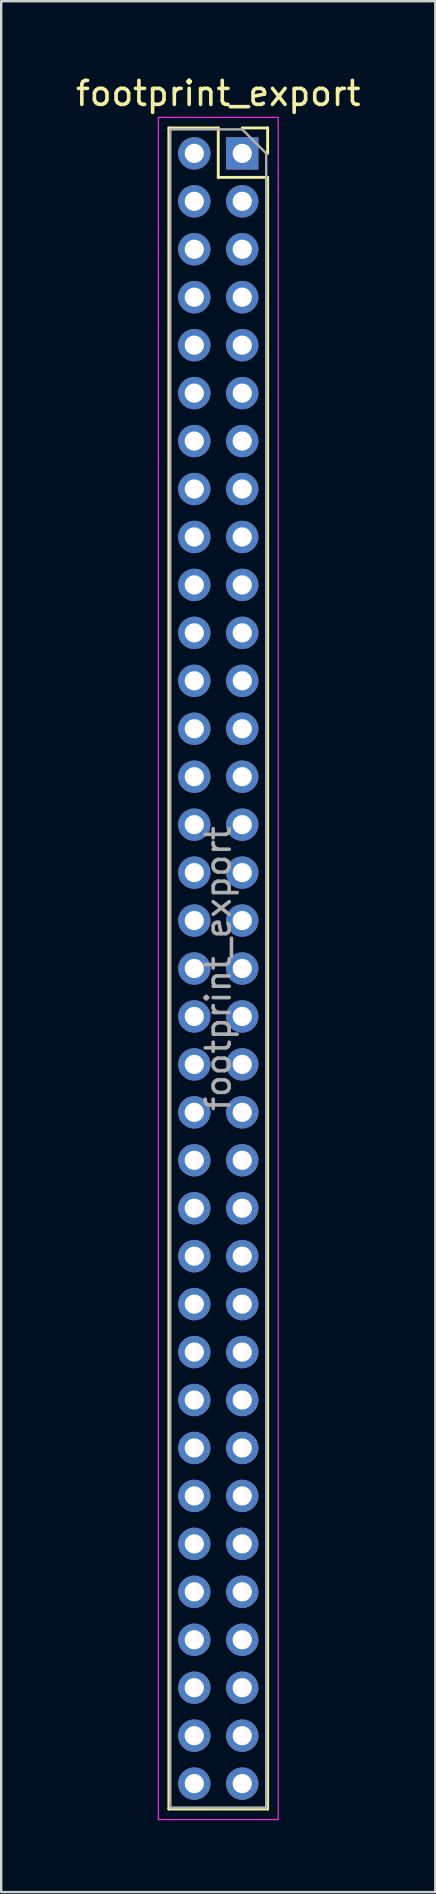
<source format=kicad_pcb>
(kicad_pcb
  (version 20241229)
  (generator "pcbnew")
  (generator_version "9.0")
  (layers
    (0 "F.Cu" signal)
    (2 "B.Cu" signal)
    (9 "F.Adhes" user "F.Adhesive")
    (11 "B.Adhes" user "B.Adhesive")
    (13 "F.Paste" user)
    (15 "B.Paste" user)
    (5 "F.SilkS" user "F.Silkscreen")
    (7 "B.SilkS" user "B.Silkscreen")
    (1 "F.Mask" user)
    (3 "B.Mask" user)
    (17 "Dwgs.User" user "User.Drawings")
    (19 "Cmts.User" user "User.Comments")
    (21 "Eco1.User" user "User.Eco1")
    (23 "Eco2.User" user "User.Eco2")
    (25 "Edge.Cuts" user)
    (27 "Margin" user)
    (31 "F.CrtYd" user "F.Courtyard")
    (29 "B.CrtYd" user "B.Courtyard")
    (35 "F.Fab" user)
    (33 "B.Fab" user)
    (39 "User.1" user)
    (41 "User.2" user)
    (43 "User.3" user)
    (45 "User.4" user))
  (footprint "footprint_export"
    (layer "F.Cu")
    (at 7.054 3.348)
    (property "Reference" "footprint_export" (at -1 -2.5 0) (layer "F.SilkS") (effects (font (size 1 1) (thickness 0.15))))
    (attr through_hole)
    (fp_line (start -3.06 -1.06) (end -3.06 69.06) (stroke (width 0.12) (type solid)) (layer "F.SilkS"))
    (fp_line (start -3.06 -1.06) (end -1 -1.06) (stroke (width 0.12) (type solid)) (layer "F.SilkS"))
    (fp_line (start -3.06 69.06) (end 1.06 69.06) (stroke (width 0.12) (type solid)) (layer "F.SilkS"))
    (fp_line (start -1 -1.06) (end -1 1) (stroke (width 0.12) (type solid)) (layer "F.SilkS"))
    (fp_line (start -1 1) (end 1.06 1) (stroke (width 0.12) (type solid)) (layer "F.SilkS"))
    (fp_line (start 0 -1.06) (end 1.06 -1.06) (stroke (width 0.12) (type solid)) (layer "F.SilkS"))
    (fp_line (start 1.06 -1.06) (end 1.06 0) (stroke (width 0.12) (type solid)) (layer "F.SilkS"))
    (fp_line (start 1.06 1) (end 1.06 69.06) (stroke (width 0.12) (type solid)) (layer "F.SilkS"))
    (fp_line (start -3.5 -1.5) (end 1.5 -1.5) (stroke (width 0.05) (type solid)) (layer "F.CrtYd"))
    (fp_line (start -3.5 69.5) (end -3.5 -1.5) (stroke (width 0.05) (type solid)) (layer "F.CrtYd"))
    (fp_line (start 1.5 -1.5) (end 1.5 69.5) (stroke (width 0.05) (type solid)) (layer "F.CrtYd"))
    (fp_line (start 1.5 69.5) (end -3.5 69.5) (stroke (width 0.05) (type solid)) (layer "F.CrtYd"))
    (fp_line (start -3 -1) (end 0 -1) (stroke (width 0.1) (type solid)) (layer "F.Fab"))
    (fp_line (start -3 69) (end -3 -1) (stroke (width 0.1) (type solid)) (layer "F.Fab"))
    (fp_line (start 0 -1) (end 1 0) (stroke (width 0.1) (type solid)) (layer "F.Fab"))
    (fp_line (start 1 0) (end 1 69) (stroke (width 0.1) (type solid)) (layer "F.Fab"))
    (fp_line (start 1 69) (end -3 69) (stroke (width 0.1) (type solid)) (layer "F.Fab"))
    (fp_text user "${REFERENCE}" (at -1 34 90) (layer "F.Fab") (effects (font (size 1 1) (thickness 0.15))))
    (pad "1" thru_hole rect (at 0 0) (size 1.35 1.35) (drill 0.8) (layers "*.Cu" "*.Mask"))
    (pad "2" thru_hole oval (at -2 0) (size 1.35 1.35) (drill 0.8) (layers "*.Cu" "*.Mask"))
    (pad "3" thru_hole oval (at 0 2) (size 1.35 1.35) (drill 0.8) (layers "*.Cu" "*.Mask"))
    (pad "4" thru_hole oval (at -2 2) (size 1.35 1.35) (drill 0.8) (layers "*.Cu" "*.Mask"))
    (pad "5" thru_hole oval (at 0 4) (size 1.35 1.35) (drill 0.8) (layers "*.Cu" "*.Mask"))
    (pad "6" thru_hole oval (at -2 4) (size 1.35 1.35) (drill 0.8) (layers "*.Cu" "*.Mask"))
    (pad "7" thru_hole oval (at 0 6) (size 1.35 1.35) (drill 0.8) (layers "*.Cu" "*.Mask"))
    (pad "8" thru_hole oval (at -2 6) (size 1.35 1.35) (drill 0.8) (layers "*.Cu" "*.Mask"))
    (pad "9" thru_hole oval (at 0 8) (size 1.35 1.35) (drill 0.8) (layers "*.Cu" "*.Mask"))
    (pad "10" thru_hole oval (at -2 8) (size 1.35 1.35) (drill 0.8) (layers "*.Cu" "*.Mask"))
    (pad "11" thru_hole oval (at 0 10) (size 1.35 1.35) (drill 0.8) (layers "*.Cu" "*.Mask"))
    (pad "12" thru_hole oval (at -2 10) (size 1.35 1.35) (drill 0.8) (layers "*.Cu" "*.Mask"))
    (pad "13" thru_hole oval (at 0 12) (size 1.35 1.35) (drill 0.8) (layers "*.Cu" "*.Mask"))
    (pad "14" thru_hole oval (at -2 12) (size 1.35 1.35) (drill 0.8) (layers "*.Cu" "*.Mask"))
    (pad "15" thru_hole oval (at 0 14) (size 1.35 1.35) (drill 0.8) (layers "*.Cu" "*.Mask"))
    (pad "16" thru_hole oval (at -2 14) (size 1.35 1.35) (drill 0.8) (layers "*.Cu" "*.Mask"))
    (pad "17" thru_hole oval (at 0 16) (size 1.35 1.35) (drill 0.8) (layers "*.Cu" "*.Mask"))
    (pad "18" thru_hole oval (at -2 16) (size 1.35 1.35) (drill 0.8) (layers "*.Cu" "*.Mask"))
    (pad "19" thru_hole oval (at 0 18) (size 1.35 1.35) (drill 0.8) (layers "*.Cu" "*.Mask"))
    (pad "20" thru_hole oval (at -2 18) (size 1.35 1.35) (drill 0.8) (layers "*.Cu" "*.Mask"))
    (pad "21" thru_hole oval (at 0 20) (size 1.35 1.35) (drill 0.8) (layers "*.Cu" "*.Mask"))
    (pad "22" thru_hole oval (at -2 20) (size 1.35 1.35) (drill 0.8) (layers "*.Cu" "*.Mask"))
    (pad "23" thru_hole oval (at 0 22) (size 1.35 1.35) (drill 0.8) (layers "*.Cu" "*.Mask"))
    (pad "24" thru_hole oval (at -2 22) (size 1.35 1.35) (drill 0.8) (layers "*.Cu" "*.Mask"))
    (pad "25" thru_hole oval (at 0 24) (size 1.35 1.35) (drill 0.8) (layers "*.Cu" "*.Mask"))
    (pad "26" thru_hole oval (at -2 24) (size 1.35 1.35) (drill 0.8) (layers "*.Cu" "*.Mask"))
    (pad "27" thru_hole oval (at 0 26) (size 1.35 1.35) (drill 0.8) (layers "*.Cu" "*.Mask"))
    (pad "28" thru_hole oval (at -2 26) (size 1.35 1.35) (drill 0.8) (layers "*.Cu" "*.Mask"))
    (pad "29" thru_hole oval (at 0 28) (size 1.35 1.35) (drill 0.8) (layers "*.Cu" "*.Mask"))
    (pad "30" thru_hole oval (at -2 28) (size 1.35 1.35) (drill 0.8) (layers "*.Cu" "*.Mask"))
    (pad "31" thru_hole oval (at 0 30) (size 1.35 1.35) (drill 0.8) (layers "*.Cu" "*.Mask"))
    (pad "32" thru_hole oval (at -2 30) (size 1.35 1.35) (drill 0.8) (layers "*.Cu" "*.Mask"))
    (pad "33" thru_hole oval (at 0 32) (size 1.35 1.35) (drill 0.8) (layers "*.Cu" "*.Mask"))
    (pad "34" thru_hole oval (at -2 32) (size 1.35 1.35) (drill 0.8) (layers "*.Cu" "*.Mask"))
    (pad "35" thru_hole oval (at 0 34) (size 1.35 1.35) (drill 0.8) (layers "*.Cu" "*.Mask"))
    (pad "36" thru_hole oval (at -2 34) (size 1.35 1.35) (drill 0.8) (layers "*.Cu" "*.Mask"))
    (pad "37" thru_hole oval (at 0 36) (size 1.35 1.35) (drill 0.8) (layers "*.Cu" "*.Mask"))
    (pad "38" thru_hole oval (at -2 36) (size 1.35 1.35) (drill 0.8) (layers "*.Cu" "*.Mask"))
    (pad "39" thru_hole oval (at 0 38) (size 1.35 1.35) (drill 0.8) (layers "*.Cu" "*.Mask"))
    (pad "40" thru_hole oval (at -2 38) (size 1.35 1.35) (drill 0.8) (layers "*.Cu" "*.Mask"))
    (pad "41" thru_hole oval (at 0 40) (size 1.35 1.35) (drill 0.8) (layers "*.Cu" "*.Mask"))
    (pad "42" thru_hole oval (at -2 40) (size 1.35 1.35) (drill 0.8) (layers "*.Cu" "*.Mask"))
    (pad "43" thru_hole oval (at 0 42) (size 1.35 1.35) (drill 0.8) (layers "*.Cu" "*.Mask"))
    (pad "44" thru_hole oval (at -2 42) (size 1.35 1.35) (drill 0.8) (layers "*.Cu" "*.Mask"))
    (pad "45" thru_hole oval (at 0 44) (size 1.35 1.35) (drill 0.8) (layers "*.Cu" "*.Mask"))
    (pad "46" thru_hole oval (at -2 44) (size 1.35 1.35) (drill 0.8) (layers "*.Cu" "*.Mask"))
    (pad "47" thru_hole oval (at 0 46) (size 1.35 1.35) (drill 0.8) (layers "*.Cu" "*.Mask"))
    (pad "48" thru_hole oval (at -2 46) (size 1.35 1.35) (drill 0.8) (layers "*.Cu" "*.Mask"))
    (pad "49" thru_hole oval (at 0 48) (size 1.35 1.35) (drill 0.8) (layers "*.Cu" "*.Mask"))
    (pad "50" thru_hole oval (at -2 48) (size 1.35 1.35) (drill 0.8) (layers "*.Cu" "*.Mask"))
    (pad "51" thru_hole oval (at 0 50) (size 1.35 1.35) (drill 0.8) (layers "*.Cu" "*.Mask"))
    (pad "52" thru_hole oval (at -2 50) (size 1.35 1.35) (drill 0.8) (layers "*.Cu" "*.Mask"))
    (pad "53" thru_hole oval (at 0 52) (size 1.35 1.35) (drill 0.8) (layers "*.Cu" "*.Mask"))
    (pad "54" thru_hole oval (at -2 52) (size 1.35 1.35) (drill 0.8) (layers "*.Cu" "*.Mask"))
    (pad "55" thru_hole oval (at 0 54) (size 1.35 1.35) (drill 0.8) (layers "*.Cu" "*.Mask"))
    (pad "56" thru_hole oval (at -2 54) (size 1.35 1.35) (drill 0.8) (layers "*.Cu" "*.Mask"))
    (pad "57" thru_hole oval (at 0 56) (size 1.35 1.35) (drill 0.8) (layers "*.Cu" "*.Mask"))
    (pad "58" thru_hole oval (at -2 56) (size 1.35 1.35) (drill 0.8) (layers "*.Cu" "*.Mask"))
    (pad "59" thru_hole oval (at 0 58) (size 1.35 1.35) (drill 0.8) (layers "*.Cu" "*.Mask"))
    (pad "60" thru_hole oval (at -2 58) (size 1.35 1.35) (drill 0.8) (layers "*.Cu" "*.Mask"))
    (pad "61" thru_hole oval (at 0 60) (size 1.35 1.35) (drill 0.8) (layers "*.Cu" "*.Mask"))
    (pad "62" thru_hole oval (at -2 60) (size 1.35 1.35) (drill 0.8) (layers "*.Cu" "*.Mask"))
    (pad "63" thru_hole oval (at 0 62) (size 1.35 1.35) (drill 0.8) (layers "*.Cu" "*.Mask"))
    (pad "64" thru_hole oval (at -2 62) (size 1.35 1.35) (drill 0.8) (layers "*.Cu" "*.Mask"))
    (pad "65" thru_hole oval (at 0 64) (size 1.35 1.35) (drill 0.8) (layers "*.Cu" "*.Mask"))
    (pad "66" thru_hole oval (at -2 64) (size 1.35 1.35) (drill 0.8) (layers "*.Cu" "*.Mask"))
    (pad "67" thru_hole oval (at 0 66) (size 1.35 1.35) (drill 0.8) (layers "*.Cu" "*.Mask"))
    (pad "68" thru_hole oval (at -2 66) (size 1.35 1.35) (drill 0.8) (layers "*.Cu" "*.Mask"))
    (pad "69" thru_hole oval (at 0 68) (size 1.35 1.35) (drill 0.8) (layers "*.Cu" "*.Mask"))
    (pad "70" thru_hole oval (at -2 68) (size 1.35 1.35) (drill 0.8) (layers "*.Cu" "*.Mask")))
  (gr_rect
    (start -3 -3)
    (end 15.107 75.873)
    (stroke (width 0.1) (type default))
    (fill no)
    (layer "Edge.Cuts")))
</source>
